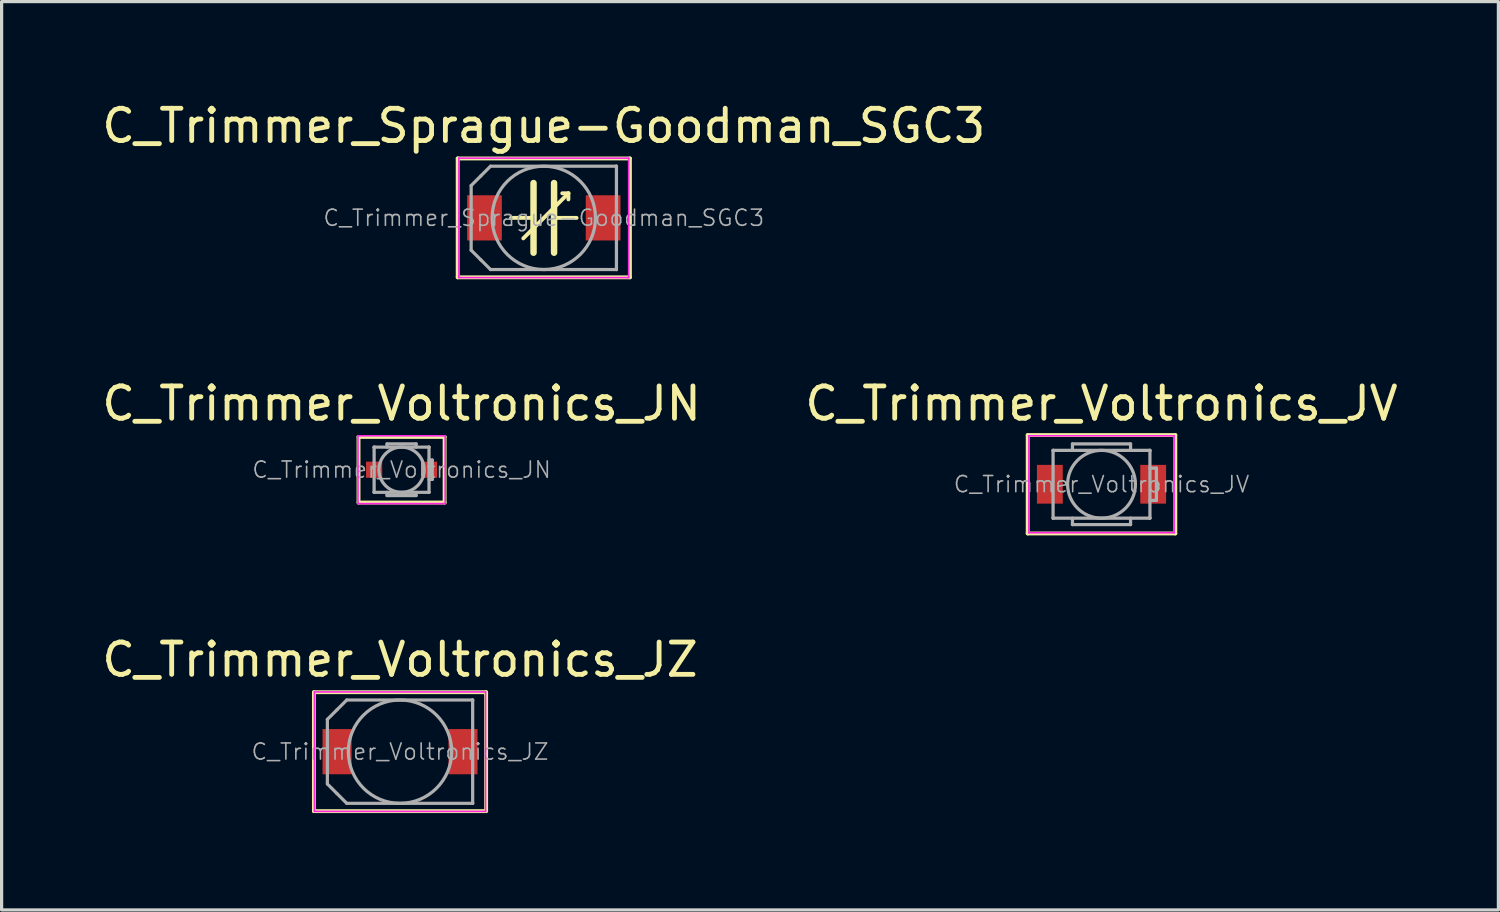
<source format=kicad_pcb>
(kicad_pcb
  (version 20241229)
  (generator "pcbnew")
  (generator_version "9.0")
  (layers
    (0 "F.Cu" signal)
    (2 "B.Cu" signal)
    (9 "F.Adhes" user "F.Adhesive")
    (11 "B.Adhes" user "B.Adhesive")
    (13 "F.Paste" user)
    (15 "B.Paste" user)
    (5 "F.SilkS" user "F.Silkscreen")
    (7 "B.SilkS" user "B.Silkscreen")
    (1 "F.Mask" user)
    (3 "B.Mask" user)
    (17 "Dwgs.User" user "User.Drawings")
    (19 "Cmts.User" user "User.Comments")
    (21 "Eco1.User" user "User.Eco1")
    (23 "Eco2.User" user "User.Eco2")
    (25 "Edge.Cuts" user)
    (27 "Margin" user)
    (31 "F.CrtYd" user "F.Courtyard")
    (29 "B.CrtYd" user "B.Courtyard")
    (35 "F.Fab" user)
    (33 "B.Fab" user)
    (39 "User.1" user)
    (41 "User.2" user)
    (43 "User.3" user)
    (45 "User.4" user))
  (footprint "C_Trimmer_Sprague-Goodman_SGC3"
    (layer "F.Cu")
    (at 13.792 3.698)
    (property "Reference" "C_Trimmer_Sprague-Goodman_SGC3" (at 0 -2.85 0) (layer "F.SilkS") (effects (font (size 1 1) (thickness 0.15))))
    (attr smd)
    (fp_line (start -2.667 -1.841) (end -2.667 1.841) (stroke (width 0.12) (type solid)) (layer "F.SilkS"))
    (fp_line (start -2.667 1.841) (end 2.667 1.841) (stroke (width 0.12) (type solid)) (layer "F.SilkS"))
    (fp_line (start -0.635 0.635) (end 0.762 -0.762) (stroke (width 0.12) (type solid)) (layer "F.SilkS"))
    (fp_line (start -0.318 -1.079) (end -0.318 1.079) (stroke (width 0.2) (type solid)) (layer "F.SilkS"))
    (fp_line (start -0.318 0) (end -1.016 0) (stroke (width 0.12) (type solid)) (layer "F.SilkS"))
    (fp_line (start 0.318 -1.079) (end 0.318 1.079) (stroke (width 0.2) (type solid)) (layer "F.SilkS"))
    (fp_line (start 0.762 -0.762) (end 0.572 -0.762) (stroke (width 0.12) (type solid)) (layer "F.SilkS"))
    (fp_line (start 0.762 -0.762) (end 0.762 -0.572) (stroke (width 0.12) (type solid)) (layer "F.SilkS"))
    (fp_line (start 1.016 0) (end 0.318 0) (stroke (width 0.12) (type solid)) (layer "F.SilkS"))
    (fp_line (start 2.667 -1.841) (end -2.667 -1.841) (stroke (width 0.12) (type solid)) (layer "F.SilkS"))
    (fp_line (start 2.667 1.841) (end 2.667 -1.841) (stroke (width 0.12) (type solid)) (layer "F.SilkS"))
    (fp_line (start -2.63 -1.85) (end -2.63 1.85) (stroke (width 0.05) (type solid)) (layer "F.CrtYd"))
    (fp_line (start -2.63 1.85) (end 2.63 1.85) (stroke (width 0.05) (type solid)) (layer "F.CrtYd"))
    (fp_line (start 2.63 -1.85) (end -2.63 -1.85) (stroke (width 0.05) (type solid)) (layer "F.CrtYd"))
    (fp_line (start 2.63 1.85) (end 2.63 -1.85) (stroke (width 0.05) (type solid)) (layer "F.CrtYd"))
    (fp_line (start -2.25 -1) (end -1.95 -1.3) (stroke (width 0.1) (type solid)) (layer "F.Fab"))
    (fp_line (start -2.25 1) (end -2.25 -1) (stroke (width 0.1) (type solid)) (layer "F.Fab"))
    (fp_line (start -1.95 -1.3) (end -1.65 -1.6) (stroke (width 0.1) (type solid)) (layer "F.Fab"))
    (fp_line (start -1.95 1.3) (end -2.25 1) (stroke (width 0.1) (type solid)) (layer "F.Fab"))
    (fp_line (start -1.65 -1.6) (end 2.24 -1.6) (stroke (width 0.1) (type solid)) (layer "F.Fab"))
    (fp_line (start -1.65 1.6) (end -1.95 1.3) (stroke (width 0.1) (type solid)) (layer "F.Fab"))
    (fp_line (start 2.24 -1.6) (end 2.25 -1.6) (stroke (width 0.1) (type solid)) (layer "F.Fab"))
    (fp_line (start 2.24 1.6) (end -1.65 1.6) (stroke (width 0.1) (type solid)) (layer "F.Fab"))
    (fp_line (start 2.25 -1.6) (end 2.25 -1.59) (stroke (width 0.1) (type solid)) (layer "F.Fab"))
    (fp_line (start 2.25 -1.59) (end 2.25 1.59) (stroke (width 0.1) (type solid)) (layer "F.Fab"))
    (fp_line (start 2.25 1.59) (end 2.25 1.6) (stroke (width 0.1) (type solid)) (layer "F.Fab"))
    (fp_line (start 2.25 1.6) (end 2.24 1.6) (stroke (width 0.1) (type solid)) (layer "F.Fab"))
    (fp_circle (center 0 0) (end 1.6 0) (stroke (width 0.1) (type solid)) (fill no) (layer "F.Fab"))
    (fp_text user "${REFERENCE}" (at 0 0 0) (layer "F.Fab") (effects (font (size 0.5 0.5) (thickness 0.05))))
    (pad "1" smd rect (at -1.837 0) (size 1.075 1.4) (layers "F.Cu" "F.Mask" "F.Paste"))
    (pad "2" smd rect (at 1.837 0) (size 1.075 1.4) (layers "F.Cu" "F.Mask" "F.Paste")))
  (footprint "C_Trimmer_Voltronics_JZ"
    (layer "F.Cu")
    (at 9.339 20.23)
    (property "Reference" "C_Trimmer_Voltronics_JZ" (at 0 -2.85 0) (layer "F.SilkS") (effects (font (size 1 1) (thickness 0.15))))
    (attr smd)
    (fp_line (start -2.667 -1.841) (end -2.667 1.841) (stroke (width 0.12) (type solid)) (layer "F.SilkS"))
    (fp_line (start -2.667 1.841) (end 2.667 1.841) (stroke (width 0.12) (type solid)) (layer "F.SilkS"))
    (fp_line (start 2.667 -1.841) (end -2.667 -1.841) (stroke (width 0.12) (type solid)) (layer "F.SilkS"))
    (fp_line (start 2.667 -1.778) (end 2.667 -1.841) (stroke (width 0.12) (type solid)) (layer "F.SilkS"))
    (fp_line (start 2.667 1.841) (end 2.667 -1.778) (stroke (width 0.12) (type solid)) (layer "F.SilkS"))
    (fp_line (start -2.65 -1.85) (end -2.65 1.85) (stroke (width 0.05) (type solid)) (layer "F.CrtYd"))
    (fp_line (start -2.65 1.85) (end 2.65 1.85) (stroke (width 0.05) (type solid)) (layer "F.CrtYd"))
    (fp_line (start 2.65 -1.85) (end -2.65 -1.85) (stroke (width 0.05) (type solid)) (layer "F.CrtYd"))
    (fp_line (start 2.65 1.85) (end 2.65 -1.85) (stroke (width 0.05) (type solid)) (layer "F.CrtYd"))
    (fp_line (start -2.25 -1) (end -1.95 -1.3) (stroke (width 0.1) (type solid)) (layer "F.Fab"))
    (fp_line (start -2.25 1) (end -2.25 -1) (stroke (width 0.1) (type solid)) (layer "F.Fab"))
    (fp_line (start -1.95 -1.3) (end -1.65 -1.6) (stroke (width 0.1) (type solid)) (layer "F.Fab"))
    (fp_line (start -1.95 1.3) (end -2.25 1) (stroke (width 0.1) (type solid)) (layer "F.Fab"))
    (fp_line (start -1.65 -1.6) (end 2.24 -1.6) (stroke (width 0.1) (type solid)) (layer "F.Fab"))
    (fp_line (start -1.65 1.6) (end -1.95 1.3) (stroke (width 0.1) (type solid)) (layer "F.Fab"))
    (fp_line (start 2.24 -1.6) (end 2.25 -1.6) (stroke (width 0.1) (type solid)) (layer "F.Fab"))
    (fp_line (start 2.24 1.6) (end -1.65 1.6) (stroke (width 0.1) (type solid)) (layer "F.Fab"))
    (fp_line (start 2.25 -1.6) (end 2.25 -1.59) (stroke (width 0.1) (type solid)) (layer "F.Fab"))
    (fp_line (start 2.25 -1.59) (end 2.25 1.59) (stroke (width 0.1) (type solid)) (layer "F.Fab"))
    (fp_line (start 2.25 1.59) (end 2.25 1.6) (stroke (width 0.1) (type solid)) (layer "F.Fab"))
    (fp_line (start 2.25 1.6) (end 2.24 1.6) (stroke (width 0.1) (type solid)) (layer "F.Fab"))
    (fp_circle (center 0 0) (end 1.6 0) (stroke (width 0.1) (type solid)) (fill no) (layer "F.Fab"))
    (fp_text user "${REFERENCE}" (at 0 0 0) (layer "F.Fab") (effects (font (size 0.5 0.5) (thickness 0.05))))
    (pad "1" smd rect (at -1.95 0) (size 0.9 1.4) (layers "F.Cu" "F.Mask" "F.Paste"))
    (pad "2" smd rect (at 1.95 0) (size 0.9 1.4) (layers "F.Cu" "F.Mask" "F.Paste")))
  (footprint "C_Trimmer_Voltronics_JN"
    (layer "F.Cu")
    (at 9.387 11.498)
    (property "Reference" "C_Trimmer_Voltronics_JN" (at 0 -2.05 0) (layer "F.SilkS") (effects (font (size 1 1) (thickness 0.15))))
    (attr smd)
    (fp_line (start -1.333 -1.016) (end -1.333 1.016) (stroke (width 0.12) (type solid)) (layer "F.SilkS"))
    (fp_line (start -1.333 1.016) (end 1.333 1.016) (stroke (width 0.12) (type solid)) (layer "F.SilkS"))
    (fp_line (start 1.333 -1.016) (end -1.333 -1.016) (stroke (width 0.12) (type solid)) (layer "F.SilkS"))
    (fp_line (start 1.333 1.016) (end 1.333 -1.016) (stroke (width 0.12) (type solid)) (layer "F.SilkS"))
    (fp_line (start -1.35 -1.05) (end -1.35 1.05) (stroke (width 0.05) (type solid)) (layer "F.CrtYd"))
    (fp_line (start -1.35 1.05) (end 1.35 1.05) (stroke (width 0.05) (type solid)) (layer "F.CrtYd"))
    (fp_line (start 1.35 -1.05) (end -1.35 -1.05) (stroke (width 0.05) (type solid)) (layer "F.CrtYd"))
    (fp_line (start 1.35 1.05) (end 1.35 -1.05) (stroke (width 0.05) (type solid)) (layer "F.CrtYd"))
    (fp_line (start -0.85 -0.7) (end -0.84 -0.7) (stroke (width 0.1) (type solid)) (layer "F.Fab"))
    (fp_line (start -0.85 -0.69) (end -0.85 -0.7) (stroke (width 0.1) (type solid)) (layer "F.Fab"))
    (fp_line (start -0.85 0.69) (end -0.85 -0.69) (stroke (width 0.1) (type solid)) (layer "F.Fab"))
    (fp_line (start -0.85 0.7) (end -0.85 0.69) (stroke (width 0.1) (type solid)) (layer "F.Fab"))
    (fp_line (start -0.84 -0.7) (end 0.84 -0.7) (stroke (width 0.1) (type solid)) (layer "F.Fab"))
    (fp_line (start -0.84 0.7) (end -0.85 0.7) (stroke (width 0.1) (type solid)) (layer "F.Fab"))
    (fp_line (start -0.45 -0.8) (end 0.45 -0.8) (stroke (width 0.1) (type solid)) (layer "F.Fab"))
    (fp_line (start -0.45 -0.7) (end -0.45 -0.8) (stroke (width 0.1) (type solid)) (layer "F.Fab"))
    (fp_line (start -0.45 0.7) (end -0.45 0.8) (stroke (width 0.1) (type solid)) (layer "F.Fab"))
    (fp_line (start -0.45 0.8) (end 0.45 0.8) (stroke (width 0.1) (type solid)) (layer "F.Fab"))
    (fp_line (start 0.45 -0.8) (end 0.45 -0.7) (stroke (width 0.1) (type solid)) (layer "F.Fab"))
    (fp_line (start 0.45 0.8) (end 0.45 0.7) (stroke (width 0.1) (type solid)) (layer "F.Fab"))
    (fp_line (start 0.84 -0.7) (end 0.85 -0.7) (stroke (width 0.1) (type solid)) (layer "F.Fab"))
    (fp_line (start 0.84 0.7) (end -0.84 0.7) (stroke (width 0.1) (type solid)) (layer "F.Fab"))
    (fp_line (start 0.85 -0.7) (end 0.85 -0.69) (stroke (width 0.1) (type solid)) (layer "F.Fab"))
    (fp_line (start 0.85 -0.69) (end 0.85 0.69) (stroke (width 0.1) (type solid)) (layer "F.Fab"))
    (fp_line (start 0.85 -0.3) (end 0.95 -0.3) (stroke (width 0.1) (type solid)) (layer "F.Fab"))
    (fp_line (start 0.85 0.69) (end 0.85 0.7) (stroke (width 0.1) (type solid)) (layer "F.Fab"))
    (fp_line (start 0.85 0.7) (end 0.84 0.7) (stroke (width 0.1) (type solid)) (layer "F.Fab"))
    (fp_line (start 0.95 -0.3) (end 0.95 0.3) (stroke (width 0.1) (type solid)) (layer "F.Fab"))
    (fp_line (start 0.95 0.3) (end 0.85 0.3) (stroke (width 0.1) (type solid)) (layer "F.Fab"))
    (fp_circle (center 0 0) (end 0.7 0) (stroke (width 0.1) (type solid)) (fill no) (layer "F.Fab"))
    (fp_text user "${REFERENCE}" (at 0 0 0) (layer "F.Fab") (effects (font (size 0.5 0.5) (thickness 0.05))))
    (pad "1" smd rect (at -0.85 0) (size 0.5 0.5) (layers "F.Cu" "F.Mask" "F.Paste"))
    (pad "2" smd rect (at 0.85 0) (size 0.5 0.5) (layers "F.Cu" "F.Mask" "F.Paste")))
  (footprint "C_Trimmer_Voltronics_JV"
    (layer "F.Cu")
    (at 31.065 11.948)
    (property "Reference" "C_Trimmer_Voltronics_JV" (at 0 -2.5 0) (layer "F.SilkS") (effects (font (size 1 1) (thickness 0.15))))
    (attr smd)
    (fp_line (start -2.286 -1.524) (end -2.286 1.524) (stroke (width 0.12) (type solid)) (layer "F.SilkS"))
    (fp_line (start -2.286 1.524) (end 2.286 1.524) (stroke (width 0.12) (type solid)) (layer "F.SilkS"))
    (fp_line (start 2.286 -1.524) (end -2.286 -1.524) (stroke (width 0.12) (type solid)) (layer "F.SilkS"))
    (fp_line (start 2.286 1.524) (end 2.286 -1.524) (stroke (width 0.12) (type solid)) (layer "F.SilkS"))
    (fp_line (start -2.25 -1.5) (end -2.25 1.5) (stroke (width 0.05) (type solid)) (layer "F.CrtYd"))
    (fp_line (start -2.25 1.5) (end 2.25 1.5) (stroke (width 0.05) (type solid)) (layer "F.CrtYd"))
    (fp_line (start 2.25 -1.5) (end -2.25 -1.5) (stroke (width 0.05) (type solid)) (layer "F.CrtYd"))
    (fp_line (start 2.25 1.5) (end 2.25 -1.5) (stroke (width 0.05) (type solid)) (layer "F.CrtYd"))
    (fp_line (start -1.5 -1.05) (end -1.49 -1.05) (stroke (width 0.1) (type solid)) (layer "F.Fab"))
    (fp_line (start -1.5 -1.04) (end -1.5 -1.05) (stroke (width 0.1) (type solid)) (layer "F.Fab"))
    (fp_line (start -1.5 1.04) (end -1.5 -1.04) (stroke (width 0.1) (type solid)) (layer "F.Fab"))
    (fp_line (start -1.5 1.05) (end -1.5 1.04) (stroke (width 0.1) (type solid)) (layer "F.Fab"))
    (fp_line (start -1.49 -1.05) (end 1.49 -1.05) (stroke (width 0.1) (type solid)) (layer "F.Fab"))
    (fp_line (start -1.49 1.05) (end -1.5 1.05) (stroke (width 0.1) (type solid)) (layer "F.Fab"))
    (fp_line (start -0.9 -1.25) (end 0.9 -1.25) (stroke (width 0.1) (type solid)) (layer "F.Fab"))
    (fp_line (start -0.9 -1.05) (end -0.9 -1.25) (stroke (width 0.1) (type solid)) (layer "F.Fab"))
    (fp_line (start -0.9 1.05) (end -0.9 1.25) (stroke (width 0.1) (type solid)) (layer "F.Fab"))
    (fp_line (start -0.9 1.25) (end 0.9 1.25) (stroke (width 0.1) (type solid)) (layer "F.Fab"))
    (fp_line (start 0.9 -1.25) (end 0.9 -1.05) (stroke (width 0.1) (type solid)) (layer "F.Fab"))
    (fp_line (start 0.9 1.25) (end 0.9 1.05) (stroke (width 0.1) (type solid)) (layer "F.Fab"))
    (fp_line (start 1.49 -1.05) (end 1.5 -1.05) (stroke (width 0.1) (type solid)) (layer "F.Fab"))
    (fp_line (start 1.49 1.05) (end -1.49 1.05) (stroke (width 0.1) (type solid)) (layer "F.Fab"))
    (fp_line (start 1.5 -1.05) (end 1.5 -1.04) (stroke (width 0.1) (type solid)) (layer "F.Fab"))
    (fp_line (start 1.5 -1.04) (end 1.5 1.04) (stroke (width 0.1) (type solid)) (layer "F.Fab"))
    (fp_line (start 1.5 -0.5) (end 1.7 -0.5) (stroke (width 0.1) (type solid)) (layer "F.Fab"))
    (fp_line (start 1.5 1.04) (end 1.5 1.05) (stroke (width 0.1) (type solid)) (layer "F.Fab"))
    (fp_line (start 1.5 1.05) (end 1.49 1.05) (stroke (width 0.1) (type solid)) (layer "F.Fab"))
    (fp_line (start 1.7 -0.5) (end 1.7 0.5) (stroke (width 0.1) (type solid)) (layer "F.Fab"))
    (fp_line (start 1.7 0.5) (end 1.5 0.5) (stroke (width 0.1) (type solid)) (layer "F.Fab"))
    (fp_circle (center 0 0) (end 1.05 0) (stroke (width 0.1) (type solid)) (fill no) (layer "F.Fab"))
    (fp_text user "${REFERENCE}" (at 0 0 0) (layer "F.Fab") (effects (font (size 0.5 0.5) (thickness 0.05))))
    (pad "1" smd rect (at -1.6 0) (size 0.8 1.2) (layers "F.Cu" "F.Mask" "F.Paste"))
    (pad "2" smd rect (at 1.6 0) (size 0.8 1.2) (layers "F.Cu" "F.Mask" "F.Paste")))
  (gr_rect
    (start -3 -3)
    (end 43.357 25.132)
    (stroke (width 0.1) (type default))
    (fill no)
    (layer "Edge.Cuts")))
</source>
